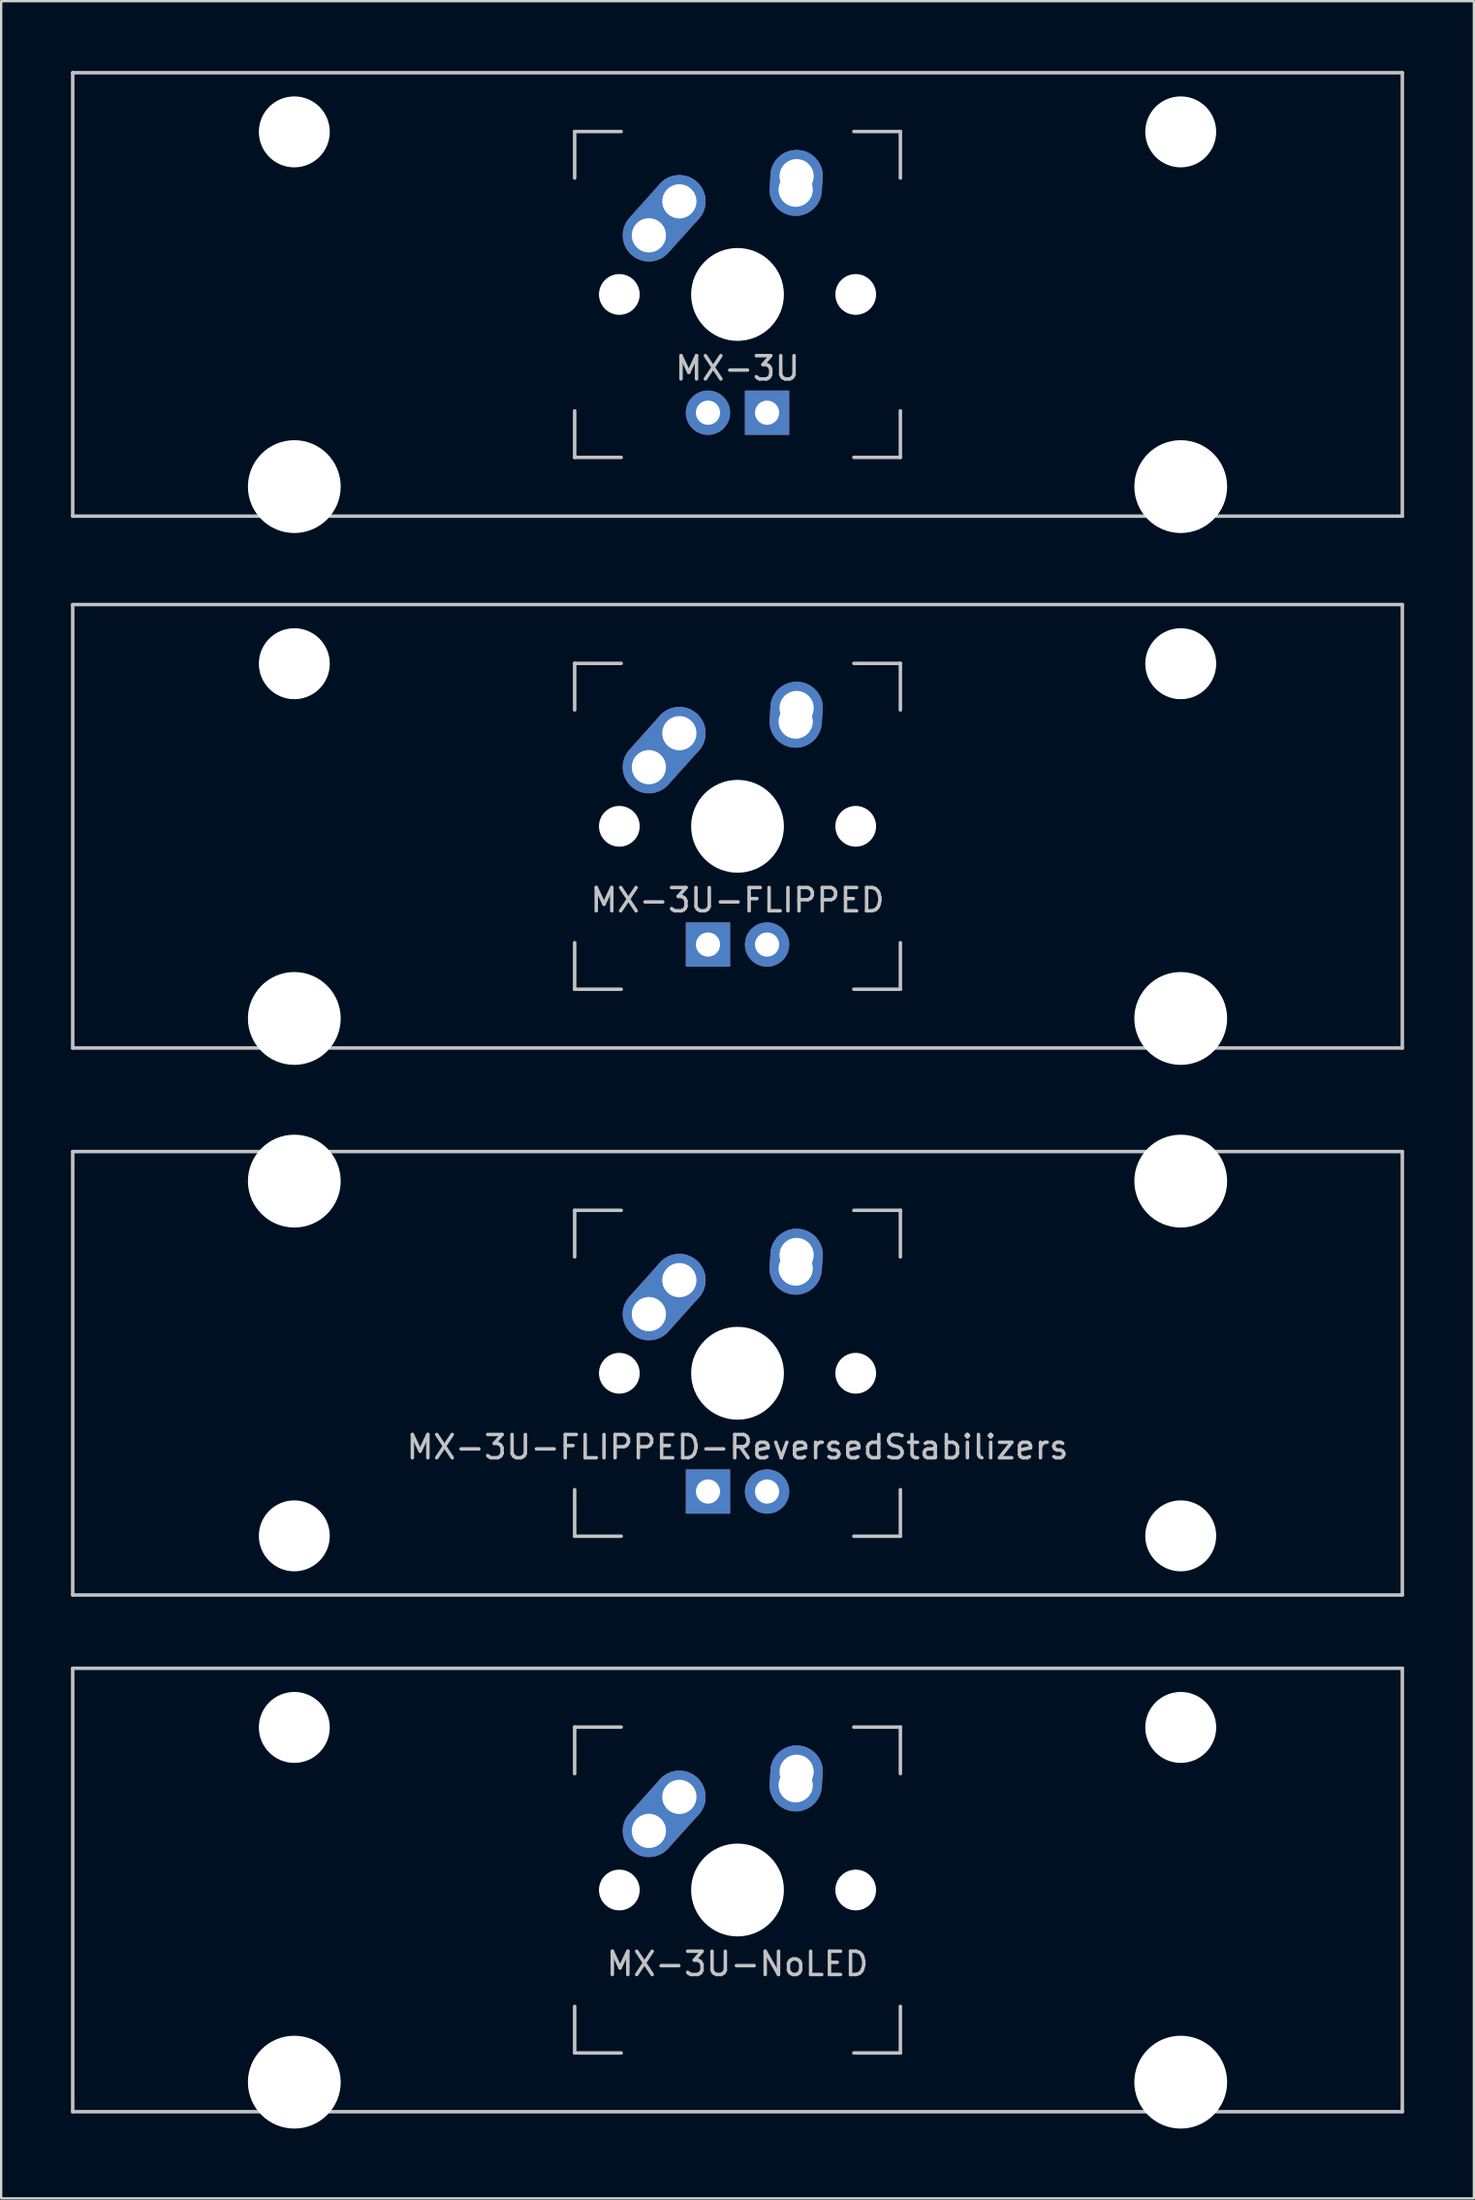
<source format=kicad_pcb>
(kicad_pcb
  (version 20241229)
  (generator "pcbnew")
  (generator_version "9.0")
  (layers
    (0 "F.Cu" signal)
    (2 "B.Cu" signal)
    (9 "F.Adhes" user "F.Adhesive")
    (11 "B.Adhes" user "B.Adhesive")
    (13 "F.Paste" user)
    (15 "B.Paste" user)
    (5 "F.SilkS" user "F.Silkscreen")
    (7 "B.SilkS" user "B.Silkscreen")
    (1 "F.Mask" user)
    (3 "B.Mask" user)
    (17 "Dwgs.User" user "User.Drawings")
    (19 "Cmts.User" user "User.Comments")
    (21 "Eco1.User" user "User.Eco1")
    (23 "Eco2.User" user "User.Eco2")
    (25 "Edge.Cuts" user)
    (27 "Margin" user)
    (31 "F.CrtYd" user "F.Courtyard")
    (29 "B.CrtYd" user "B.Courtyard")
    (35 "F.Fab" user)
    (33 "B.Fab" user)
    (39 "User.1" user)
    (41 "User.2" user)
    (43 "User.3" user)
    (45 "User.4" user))
  (footprint "MX-3U-FLIPPED"
    (layer "F.Cu")
    (at 28.65 32.449)
    (property "Reference" "MX-3U-FLIPPED" (at 0 3.175 0) (layer "Dwgs.User") (effects (font (size 1 1) (thickness 0.15))))
    (attr through_hole)
    (fp_line (start -28.575 -9.525) (end 28.575 -9.525) (stroke (width 0.15) (type solid)) (layer "Dwgs.User"))
    (fp_line (start -28.575 9.525) (end -28.575 -9.525) (stroke (width 0.15) (type solid)) (layer "Dwgs.User"))
    (fp_line (start -28.575 9.525) (end 28.575 9.525) (stroke (width 0.15) (type solid)) (layer "Dwgs.User"))
    (fp_line (start -7 -7) (end -7 -5) (stroke (width 0.15) (type solid)) (layer "Dwgs.User"))
    (fp_line (start -7 5) (end -7 7) (stroke (width 0.15) (type solid)) (layer "Dwgs.User"))
    (fp_line (start -7 7) (end -5 7) (stroke (width 0.15) (type solid)) (layer "Dwgs.User"))
    (fp_line (start -5 -7) (end -7 -7) (stroke (width 0.15) (type solid)) (layer "Dwgs.User"))
    (fp_line (start 5 -7) (end 7 -7) (stroke (width 0.15) (type solid)) (layer "Dwgs.User"))
    (fp_line (start 5 7) (end 7 7) (stroke (width 0.15) (type solid)) (layer "Dwgs.User"))
    (fp_line (start 7 -7) (end 7 -5) (stroke (width 0.15) (type solid)) (layer "Dwgs.User"))
    (fp_line (start 7 7) (end 7 5) (stroke (width 0.15) (type solid)) (layer "Dwgs.User"))
    (fp_line (start 28.575 -9.525) (end 28.575 9.525) (stroke (width 0.15) (type solid)) (layer "Dwgs.User"))
    (pad "" np_thru_hole circle (at -19.05 -6.985) (size 3.048 3.048) (drill 3.048) (layers "*.Cu" "*.Mask"))
    (pad "" np_thru_hole circle (at -19.05 8.255) (size 3.988 3.988) (drill 3.988) (layers "*.Cu" "*.Mask"))
    (pad "" np_thru_hole circle (at -5.08 0 48.1) (size 1.75 1.75) (drill 1.75) (layers "*.Cu" "*.Mask"))
    (pad "" np_thru_hole circle (at 0 0) (size 3.988 3.988) (drill 3.988) (layers "*.Cu" "*.Mask"))
    (pad "" np_thru_hole circle (at 5.08 0 48.1) (size 1.75 1.75) (drill 1.75) (layers "*.Cu" "*.Mask"))
    (pad "" np_thru_hole circle (at 19.05 -6.985) (size 3.048 3.048) (drill 3.048) (layers "*.Cu" "*.Mask"))
    (pad "" np_thru_hole circle (at 19.05 8.255) (size 3.988 3.988) (drill 3.988) (layers "*.Cu" "*.Mask"))
    (pad "1" thru_hole oval (at -3.81 -2.54 48.1) (size 4.212 2.25) (drill 1.47 (offset 0.981 0)) (layers "*.Cu" "B.Mask"))
    (pad "1" thru_hole circle (at -2.5 -4) (size 2.25 2.25) (drill 1.47) (layers "*.Cu" "B.Mask"))
    (pad "2" thru_hole oval (at 2.5 -4.5 86.055) (size 2.831 2.25) (drill 1.47 (offset 0.291 0)) (layers "*.Cu" "B.Mask"))
    (pad "2" thru_hole circle (at 2.54 -5.08) (size 2.25 2.25) (drill 1.47) (layers "*.Cu" "B.Mask"))
    (pad "3" thru_hole circle (at 1.27 5.08) (size 1.905 1.905) (drill 1.04) (layers "*.Cu" "B.Mask"))
    (pad "4" thru_hole rect (at -1.27 5.08) (size 1.905 1.905) (drill 1.04) (layers "*.Cu" "B.Mask")))
  (footprint "MX-3U-NoLED"
    (layer "F.Cu")
    (at 28.65 78.147)
    (property "Reference" "MX-3U-NoLED" (at 0 3.175 0) (layer "Dwgs.User") (effects (font (size 1 1) (thickness 0.15))))
    (attr through_hole)
    (fp_line (start -28.575 -9.525) (end 28.575 -9.525) (stroke (width 0.15) (type solid)) (layer "Dwgs.User"))
    (fp_line (start -28.575 9.525) (end -28.575 -9.525) (stroke (width 0.15) (type solid)) (layer "Dwgs.User"))
    (fp_line (start -28.575 9.525) (end 28.575 9.525) (stroke (width 0.15) (type solid)) (layer "Dwgs.User"))
    (fp_line (start -7 -7) (end -7 -5) (stroke (width 0.15) (type solid)) (layer "Dwgs.User"))
    (fp_line (start -7 5) (end -7 7) (stroke (width 0.15) (type solid)) (layer "Dwgs.User"))
    (fp_line (start -7 7) (end -5 7) (stroke (width 0.15) (type solid)) (layer "Dwgs.User"))
    (fp_line (start -5 -7) (end -7 -7) (stroke (width 0.15) (type solid)) (layer "Dwgs.User"))
    (fp_line (start 5 -7) (end 7 -7) (stroke (width 0.15) (type solid)) (layer "Dwgs.User"))
    (fp_line (start 5 7) (end 7 7) (stroke (width 0.15) (type solid)) (layer "Dwgs.User"))
    (fp_line (start 7 -7) (end 7 -5) (stroke (width 0.15) (type solid)) (layer "Dwgs.User"))
    (fp_line (start 7 7) (end 7 5) (stroke (width 0.15) (type solid)) (layer "Dwgs.User"))
    (fp_line (start 28.575 -9.525) (end 28.575 9.525) (stroke (width 0.15) (type solid)) (layer "Dwgs.User"))
    (pad "" np_thru_hole circle (at -19.05 -6.985) (size 3.048 3.048) (drill 3.048) (layers "*.Cu" "*.Mask"))
    (pad "" np_thru_hole circle (at -19.05 8.255) (size 3.988 3.988) (drill 3.988) (layers "*.Cu" "*.Mask"))
    (pad "" np_thru_hole circle (at -5.08 0 48.1) (size 1.75 1.75) (drill 1.75) (layers "*.Cu" "*.Mask"))
    (pad "" np_thru_hole circle (at 0 0) (size 3.988 3.988) (drill 3.988) (layers "*.Cu" "*.Mask"))
    (pad "" np_thru_hole circle (at 5.08 0 48.1) (size 1.75 1.75) (drill 1.75) (layers "*.Cu" "*.Mask"))
    (pad "" np_thru_hole circle (at 19.05 -6.985) (size 3.048 3.048) (drill 3.048) (layers "*.Cu" "*.Mask"))
    (pad "" np_thru_hole circle (at 19.05 8.255) (size 3.988 3.988) (drill 3.988) (layers "*.Cu" "*.Mask"))
    (pad "1" thru_hole oval (at -3.81 -2.54 48.1) (size 4.212 2.25) (drill 1.47 (offset 0.981 0)) (layers "*.Cu" "B.Mask"))
    (pad "1" thru_hole circle (at -2.5 -4) (size 2.25 2.25) (drill 1.47) (layers "*.Cu" "B.Mask"))
    (pad "2" thru_hole oval (at 2.5 -4.5 86.055) (size 2.831 2.25) (drill 1.47 (offset 0.291 0)) (layers "*.Cu" "B.Mask"))
    (pad "2" thru_hole circle (at 2.54 -5.08) (size 2.25 2.25) (drill 1.47) (layers "*.Cu" "B.Mask")))
  (footprint "MX-3U-FLIPPED-ReversedStabilizers"
    (layer "F.Cu")
    (at 28.65 55.947)
    (property "Reference" "MX-3U-FLIPPED-ReversedStabilizers" (at 0 3.175 0) (layer "Dwgs.User") (effects (font (size 1 1) (thickness 0.15))))
    (attr through_hole)
    (fp_line (start -28.575 -9.525) (end 28.575 -9.525) (stroke (width 0.15) (type solid)) (layer "Dwgs.User"))
    (fp_line (start -28.575 9.525) (end -28.575 -9.525) (stroke (width 0.15) (type solid)) (layer "Dwgs.User"))
    (fp_line (start -28.575 9.525) (end 28.575 9.525) (stroke (width 0.15) (type solid)) (layer "Dwgs.User"))
    (fp_line (start -7 -7) (end -7 -5) (stroke (width 0.15) (type solid)) (layer "Dwgs.User"))
    (fp_line (start -7 5) (end -7 7) (stroke (width 0.15) (type solid)) (layer "Dwgs.User"))
    (fp_line (start -7 7) (end -5 7) (stroke (width 0.15) (type solid)) (layer "Dwgs.User"))
    (fp_line (start -5 -7) (end -7 -7) (stroke (width 0.15) (type solid)) (layer "Dwgs.User"))
    (fp_line (start 5 -7) (end 7 -7) (stroke (width 0.15) (type solid)) (layer "Dwgs.User"))
    (fp_line (start 5 7) (end 7 7) (stroke (width 0.15) (type solid)) (layer "Dwgs.User"))
    (fp_line (start 7 -7) (end 7 -5) (stroke (width 0.15) (type solid)) (layer "Dwgs.User"))
    (fp_line (start 7 7) (end 7 5) (stroke (width 0.15) (type solid)) (layer "Dwgs.User"))
    (fp_line (start 28.575 -9.525) (end 28.575 9.525) (stroke (width 0.15) (type solid)) (layer "Dwgs.User"))
    (pad "" np_thru_hole circle (at -19.05 -8.255) (size 3.988 3.988) (drill 3.988) (layers "*.Cu" "*.Mask"))
    (pad "" np_thru_hole circle (at -19.05 6.985) (size 3.048 3.048) (drill 3.048) (layers "*.Cu" "*.Mask"))
    (pad "" np_thru_hole circle (at -5.08 0 48.1) (size 1.75 1.75) (drill 1.75) (layers "*.Cu" "*.Mask"))
    (pad "" np_thru_hole circle (at 0 0) (size 3.988 3.988) (drill 3.988) (layers "*.Cu" "*.Mask"))
    (pad "" np_thru_hole circle (at 5.08 0 48.1) (size 1.75 1.75) (drill 1.75) (layers "*.Cu" "*.Mask"))
    (pad "" np_thru_hole circle (at 19.05 -8.255) (size 3.988 3.988) (drill 3.988) (layers "*.Cu" "*.Mask"))
    (pad "" np_thru_hole circle (at 19.05 6.985) (size 3.048 3.048) (drill 3.048) (layers "*.Cu" "*.Mask"))
    (pad "1" thru_hole oval (at -3.81 -2.54 48.1) (size 4.212 2.25) (drill 1.47 (offset 0.981 0)) (layers "*.Cu" "B.Mask"))
    (pad "1" thru_hole circle (at -2.5 -4) (size 2.25 2.25) (drill 1.47) (layers "*.Cu" "B.Mask"))
    (pad "2" thru_hole oval (at 2.5 -4.5 86.055) (size 2.831 2.25) (drill 1.47 (offset 0.291 0)) (layers "*.Cu" "B.Mask"))
    (pad "2" thru_hole circle (at 2.54 -5.08) (size 2.25 2.25) (drill 1.47) (layers "*.Cu" "B.Mask"))
    (pad "3" thru_hole circle (at 1.27 5.08) (size 1.905 1.905) (drill 1.04) (layers "*.Cu" "B.Mask"))
    (pad "4" thru_hole rect (at -1.27 5.08) (size 1.905 1.905) (drill 1.04) (layers "*.Cu" "B.Mask")))
  (footprint "MX-3U"
    (layer "F.Cu")
    (at 28.65 9.6)
    (property "Reference" "MX-3U" (at 0 3.175 0) (layer "Dwgs.User") (effects (font (size 1 1) (thickness 0.15))))
    (attr through_hole)
    (fp_line (start -28.575 -9.525) (end 28.575 -9.525) (stroke (width 0.15) (type solid)) (layer "Dwgs.User"))
    (fp_line (start -28.575 9.525) (end -28.575 -9.525) (stroke (width 0.15) (type solid)) (layer "Dwgs.User"))
    (fp_line (start -28.575 9.525) (end 28.575 9.525) (stroke (width 0.15) (type solid)) (layer "Dwgs.User"))
    (fp_line (start -7 -7) (end -7 -5) (stroke (width 0.15) (type solid)) (layer "Dwgs.User"))
    (fp_line (start -7 5) (end -7 7) (stroke (width 0.15) (type solid)) (layer "Dwgs.User"))
    (fp_line (start -7 7) (end -5 7) (stroke (width 0.15) (type solid)) (layer "Dwgs.User"))
    (fp_line (start -5 -7) (end -7 -7) (stroke (width 0.15) (type solid)) (layer "Dwgs.User"))
    (fp_line (start 5 -7) (end 7 -7) (stroke (width 0.15) (type solid)) (layer "Dwgs.User"))
    (fp_line (start 5 7) (end 7 7) (stroke (width 0.15) (type solid)) (layer "Dwgs.User"))
    (fp_line (start 7 -7) (end 7 -5) (stroke (width 0.15) (type solid)) (layer "Dwgs.User"))
    (fp_line (start 7 7) (end 7 5) (stroke (width 0.15) (type solid)) (layer "Dwgs.User"))
    (fp_line (start 28.575 -9.525) (end 28.575 9.525) (stroke (width 0.15) (type solid)) (layer "Dwgs.User"))
    (pad "" np_thru_hole circle (at -19.05 -6.985) (size 3.048 3.048) (drill 3.048) (layers "*.Cu" "*.Mask"))
    (pad "" np_thru_hole circle (at -19.05 8.255) (size 3.988 3.988) (drill 3.988) (layers "*.Cu" "*.Mask"))
    (pad "" np_thru_hole circle (at -5.08 0 48.1) (size 1.75 1.75) (drill 1.75) (layers "*.Cu" "*.Mask"))
    (pad "" np_thru_hole circle (at 0 0) (size 3.988 3.988) (drill 3.988) (layers "*.Cu" "*.Mask"))
    (pad "" np_thru_hole circle (at 5.08 0 48.1) (size 1.75 1.75) (drill 1.75) (layers "*.Cu" "*.Mask"))
    (pad "" np_thru_hole circle (at 19.05 -6.985) (size 3.048 3.048) (drill 3.048) (layers "*.Cu" "*.Mask"))
    (pad "" np_thru_hole circle (at 19.05 8.255) (size 3.988 3.988) (drill 3.988) (layers "*.Cu" "*.Mask"))
    (pad "1" thru_hole oval (at -3.81 -2.54 48.1) (size 4.212 2.25) (drill 1.47 (offset 0.981 0)) (layers "*.Cu" "B.Mask"))
    (pad "1" thru_hole circle (at -2.5 -4) (size 2.25 2.25) (drill 1.47) (layers "*.Cu" "B.Mask"))
    (pad "2" thru_hole oval (at 2.5 -4.5 86.055) (size 2.831 2.25) (drill 1.47 (offset 0.291 0)) (layers "*.Cu" "B.Mask"))
    (pad "2" thru_hole circle (at 2.54 -5.08) (size 2.25 2.25) (drill 1.47) (layers "*.Cu" "B.Mask"))
    (pad "3" thru_hole circle (at -1.27 5.08) (size 1.905 1.905) (drill 1.04) (layers "*.Cu" "B.Mask"))
    (pad "4" thru_hole rect (at 1.27 5.08) (size 1.905 1.905) (drill 1.04) (layers "*.Cu" "B.Mask")))
  (gr_rect
    (start -3 -3)
    (end 60.3 91.396)
    (stroke (width 0.1) (type default))
    (fill no)
    (layer "Edge.Cuts")))
</source>
